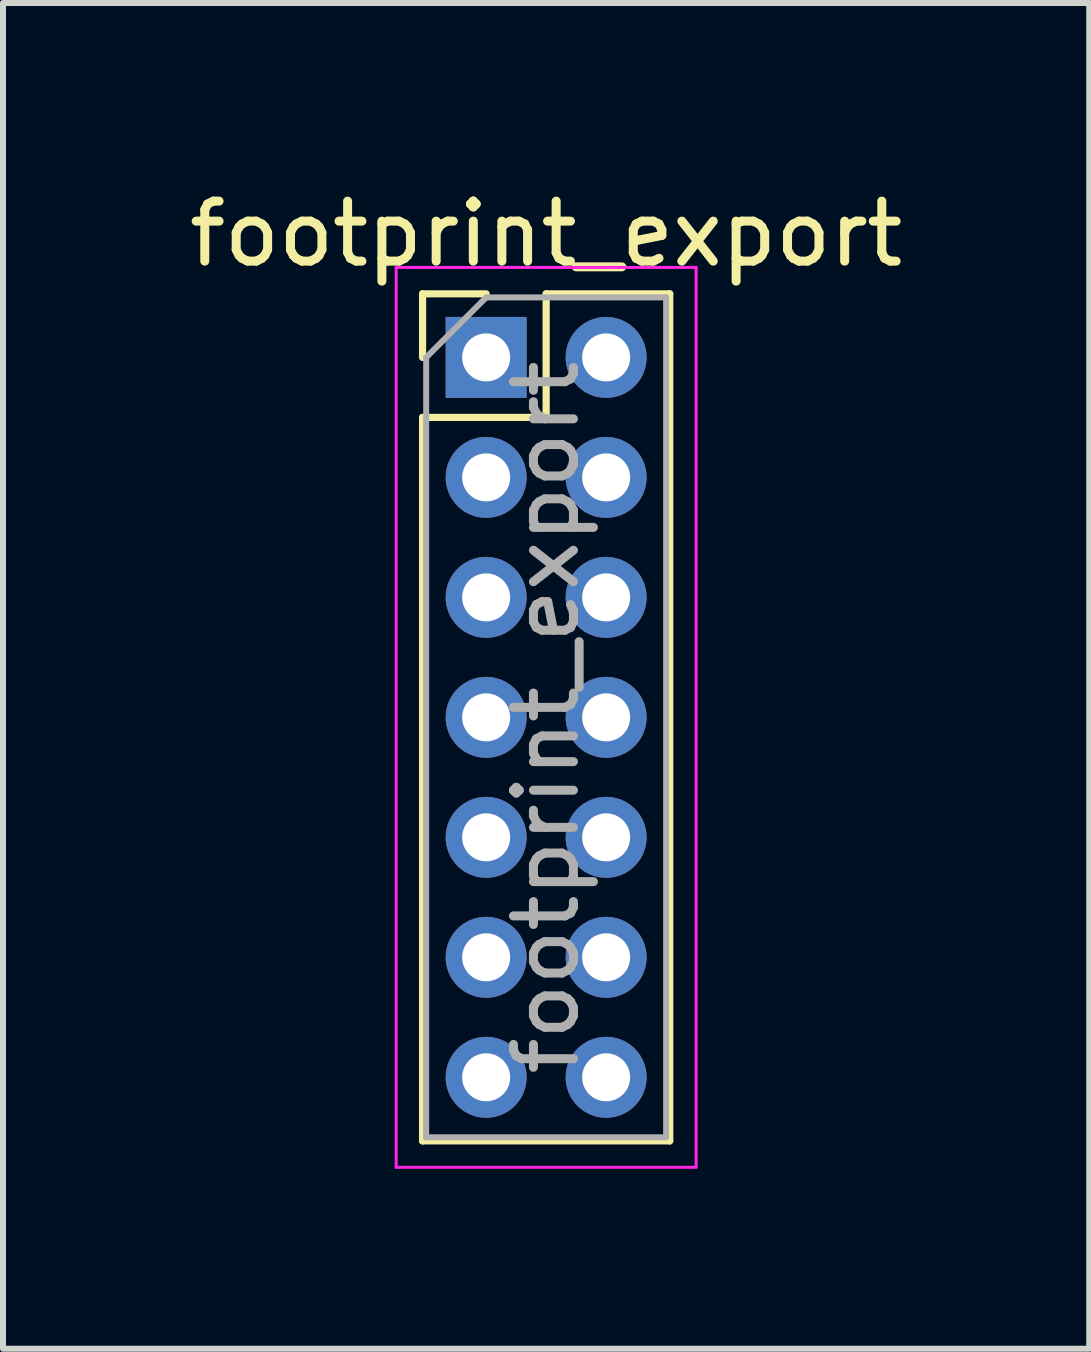
<source format=kicad_pcb>
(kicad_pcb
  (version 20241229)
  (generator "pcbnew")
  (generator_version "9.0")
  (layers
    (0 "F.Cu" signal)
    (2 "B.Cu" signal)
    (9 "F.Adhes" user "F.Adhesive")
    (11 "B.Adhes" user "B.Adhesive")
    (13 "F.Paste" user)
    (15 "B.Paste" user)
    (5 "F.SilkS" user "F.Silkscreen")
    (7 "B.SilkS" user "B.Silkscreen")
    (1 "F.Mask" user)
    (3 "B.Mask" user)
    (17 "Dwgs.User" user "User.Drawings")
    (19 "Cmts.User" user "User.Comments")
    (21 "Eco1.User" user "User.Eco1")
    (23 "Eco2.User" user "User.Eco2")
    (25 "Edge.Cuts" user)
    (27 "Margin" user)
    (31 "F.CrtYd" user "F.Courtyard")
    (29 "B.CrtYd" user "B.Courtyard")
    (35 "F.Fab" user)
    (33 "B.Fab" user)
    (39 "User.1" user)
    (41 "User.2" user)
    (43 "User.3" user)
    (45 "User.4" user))
  (footprint "footprint_export"
    (layer "F.Cu")
    (at 5.054 2.908)
    (property "Reference" "footprint_export" (at 1 -2.06 0) (layer "F.SilkS") (effects (font (size 1 1) (thickness 0.15))))
    (attr through_hole)
    (fp_line (start -1.06 -1.06) (end 0 -1.06) (stroke (width 0.12) (type solid)) (layer "F.SilkS"))
    (fp_line (start -1.06 0) (end -1.06 -1.06) (stroke (width 0.12) (type solid)) (layer "F.SilkS"))
    (fp_line (start -1.06 1) (end -1.06 13.06) (stroke (width 0.12) (type solid)) (layer "F.SilkS"))
    (fp_line (start -1.06 1) (end 1 1) (stroke (width 0.12) (type solid)) (layer "F.SilkS"))
    (fp_line (start -1.06 13.06) (end 3.06 13.06) (stroke (width 0.12) (type solid)) (layer "F.SilkS"))
    (fp_line (start 1 -1.06) (end 3.06 -1.06) (stroke (width 0.12) (type solid)) (layer "F.SilkS"))
    (fp_line (start 1 1) (end 1 -1.06) (stroke (width 0.12) (type solid)) (layer "F.SilkS"))
    (fp_line (start 3.06 -1.06) (end 3.06 13.06) (stroke (width 0.12) (type solid)) (layer "F.SilkS"))
    (fp_line (start -1.5 -1.5) (end -1.5 13.5) (stroke (width 0.05) (type solid)) (layer "F.CrtYd"))
    (fp_line (start -1.5 13.5) (end 3.5 13.5) (stroke (width 0.05) (type solid)) (layer "F.CrtYd"))
    (fp_line (start 3.5 -1.5) (end -1.5 -1.5) (stroke (width 0.05) (type solid)) (layer "F.CrtYd"))
    (fp_line (start 3.5 13.5) (end 3.5 -1.5) (stroke (width 0.05) (type solid)) (layer "F.CrtYd"))
    (fp_line (start -1 0) (end 0 -1) (stroke (width 0.1) (type solid)) (layer "F.Fab"))
    (fp_line (start -1 13) (end -1 0) (stroke (width 0.1) (type solid)) (layer "F.Fab"))
    (fp_line (start 0 -1) (end 3 -1) (stroke (width 0.1) (type solid)) (layer "F.Fab"))
    (fp_line (start 3 -1) (end 3 13) (stroke (width 0.1) (type solid)) (layer "F.Fab"))
    (fp_line (start 3 13) (end -1 13) (stroke (width 0.1) (type solid)) (layer "F.Fab"))
    (fp_text user "${REFERENCE}" (at 1 6 90) (layer "F.Fab") (effects (font (size 1 1) (thickness 0.15))))
    (pad "1" thru_hole rect (at 0 0) (size 1.35 1.35) (drill 0.8) (layers "*.Cu" "*.Mask"))
    (pad "2" thru_hole oval (at 2 0) (size 1.35 1.35) (drill 0.8) (layers "*.Cu" "*.Mask"))
    (pad "3" thru_hole oval (at 0 2) (size 1.35 1.35) (drill 0.8) (layers "*.Cu" "*.Mask"))
    (pad "4" thru_hole oval (at 2 2) (size 1.35 1.35) (drill 0.8) (layers "*.Cu" "*.Mask"))
    (pad "5" thru_hole oval (at 0 4) (size 1.35 1.35) (drill 0.8) (layers "*.Cu" "*.Mask"))
    (pad "6" thru_hole oval (at 2 4) (size 1.35 1.35) (drill 0.8) (layers "*.Cu" "*.Mask"))
    (pad "7" thru_hole oval (at 0 6) (size 1.35 1.35) (drill 0.8) (layers "*.Cu" "*.Mask"))
    (pad "8" thru_hole oval (at 2 6) (size 1.35 1.35) (drill 0.8) (layers "*.Cu" "*.Mask"))
    (pad "9" thru_hole oval (at 0 8) (size 1.35 1.35) (drill 0.8) (layers "*.Cu" "*.Mask"))
    (pad "10" thru_hole oval (at 2 8) (size 1.35 1.35) (drill 0.8) (layers "*.Cu" "*.Mask"))
    (pad "11" thru_hole oval (at 0 10) (size 1.35 1.35) (drill 0.8) (layers "*.Cu" "*.Mask"))
    (pad "12" thru_hole oval (at 2 10) (size 1.35 1.35) (drill 0.8) (layers "*.Cu" "*.Mask"))
    (pad "13" thru_hole oval (at 0 12) (size 1.35 1.35) (drill 0.8) (layers "*.Cu" "*.Mask"))
    (pad "14" thru_hole oval (at 2 12) (size 1.35 1.35) (drill 0.8) (layers "*.Cu" "*.Mask")))
  (gr_rect
    (start -3 -3)
    (end 15.107 19.433)
    (stroke (width 0.1) (type default))
    (fill no)
    (layer "Edge.Cuts")))
</source>
